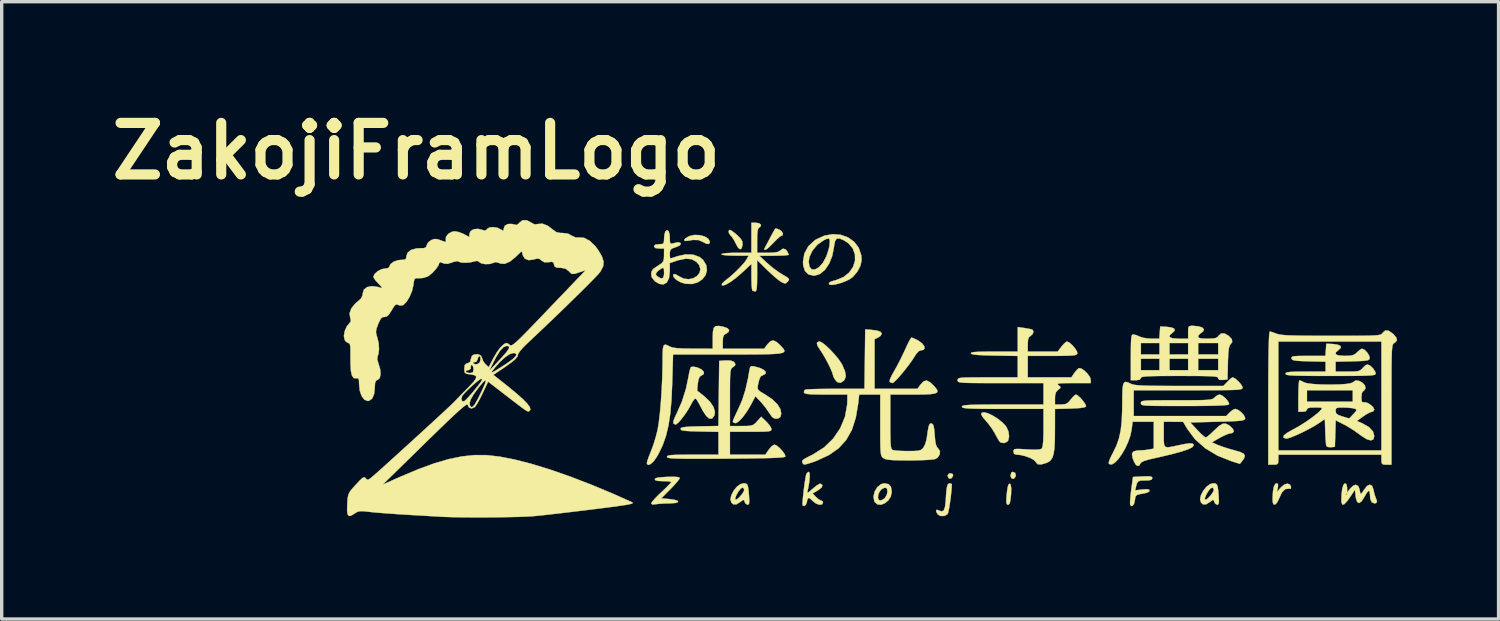
<source format=kicad_pcb>
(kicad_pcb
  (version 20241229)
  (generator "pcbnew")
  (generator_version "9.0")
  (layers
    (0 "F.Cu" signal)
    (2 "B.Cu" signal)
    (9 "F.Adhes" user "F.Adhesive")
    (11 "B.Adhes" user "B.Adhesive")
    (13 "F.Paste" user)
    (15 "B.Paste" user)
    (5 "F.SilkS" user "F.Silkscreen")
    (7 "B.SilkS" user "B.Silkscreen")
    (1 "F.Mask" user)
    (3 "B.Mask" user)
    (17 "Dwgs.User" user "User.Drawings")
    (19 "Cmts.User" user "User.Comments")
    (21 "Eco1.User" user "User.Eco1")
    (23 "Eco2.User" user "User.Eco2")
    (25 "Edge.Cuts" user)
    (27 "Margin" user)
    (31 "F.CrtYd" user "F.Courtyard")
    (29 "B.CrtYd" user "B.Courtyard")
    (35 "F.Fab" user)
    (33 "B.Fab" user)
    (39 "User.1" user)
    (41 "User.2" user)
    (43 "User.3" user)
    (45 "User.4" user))
  (footprint "ZakojiFramLogo"
    (layer "F.Cu")
    (at 23.23 7.768)
    (property "Reference" "ZakojiFramLogo" (at -13.97 -6.35 0) (layer "F.SilkS") (effects (font (size 1.524 1.524) (thickness 0.3))))
    (attr through_hole)
    (fp_poly (pts (xy 1.891 3.199) (xy 1.898 3.246) (xy 1.857 3.317) (xy 1.795 3.335) (xy 1.765 3.317) (xy 1.735 3.244) (xy 1.773 3.187) (xy 1.823 3.175) (xy 1.891 3.199)) (stroke (width 0.01) (type solid)) (fill yes) (layer "F.SilkS"))
    (fp_poly (pts (xy 3.736 3.164) (xy 3.752 3.244) (xy 3.742 3.277) (xy 3.691 3.339) (xy 3.634 3.332) (xy 3.6 3.263) (xy 3.598 3.239) (xy 3.62 3.155) (xy 3.659 3.133) (xy 3.736 3.164)) (stroke (width 0.01) (type solid)) (fill yes) (layer "F.SilkS"))
    (fp_poly (pts (xy 3.604 3.519) (xy 3.617 3.626) (xy 3.613 3.791) (xy 3.61 3.821) (xy 3.592 3.982) (xy 3.567 4.073) (xy 3.532 4.105) (xy 3.523 4.106) (xy 3.489 4.092) (xy 3.474 4.037) (xy 3.475 3.924) (xy 3.481 3.836) (xy 3.497 3.687) (xy 3.517 3.569) (xy 3.534 3.514) (xy 3.576 3.479) (xy 3.604 3.519)) (stroke (width 0.01) (type solid)) (fill yes) (layer "F.SilkS"))
    (fp_poly (pts (xy -5.594 -3.866) (xy -5.45 -3.828) (xy -5.343 -3.762) (xy -5.293 -3.675) (xy -5.292 -3.659) (xy -5.32 -3.606) (xy -5.396 -3.611) (xy -5.491 -3.662) (xy -5.629 -3.721) (xy -5.804 -3.724) (xy -5.916 -3.704) (xy -6.02 -3.694) (xy -6.054 -3.719) (xy -6.022 -3.767) (xy -5.924 -3.826) (xy -5.899 -3.837) (xy -5.751 -3.872) (xy -5.594 -3.866)) (stroke (width 0.01) (type solid)) (fill yes) (layer "F.SilkS"))
    (fp_poly (pts (xy -4.646 -3.995) (xy -4.556 -3.927) (xy -4.485 -3.867) (xy -4.381 -3.762) (xy -4.333 -3.678) (xy -4.326 -3.589) (xy -4.326 -3.584) (xy -4.353 -3.476) (xy -4.4 -3.447) (xy -4.46 -3.498) (xy -4.52 -3.606) (xy -4.584 -3.73) (xy -4.649 -3.825) (xy -4.671 -3.847) (xy -4.726 -3.917) (xy -4.74 -3.985) (xy -4.708 -4.021) (xy -4.699 -4.022) (xy -4.646 -3.995)) (stroke (width 0.01) (type solid)) (fill yes) (layer "F.SilkS"))
    (fp_poly (pts (xy -3.315 -4.058) (xy -3.239 -4.029) (xy -3.169 -3.977) (xy -3.133 -3.912) (xy -3.141 -3.863) (xy -3.173 -3.852) (xy -3.221 -3.823) (xy -3.306 -3.748) (xy -3.411 -3.642) (xy -3.412 -3.641) (xy -3.545 -3.507) (xy -3.635 -3.437) (xy -3.679 -3.432) (xy -3.683 -3.449) (xy -3.665 -3.491) (xy -3.617 -3.584) (xy -3.552 -3.708) (xy -3.482 -3.84) (xy -3.418 -3.957) (xy -3.372 -4.039) (xy -3.358 -4.06) (xy -3.315 -4.058)) (stroke (width 0.01) (type solid)) (fill yes) (layer "F.SilkS"))
    (fp_poly (pts (xy 2.931 1.402) (xy 3.072 1.469) (xy 3.219 1.562) (xy 3.355 1.67) (xy 3.461 1.784) (xy 3.478 1.809) (xy 3.536 1.941) (xy 3.554 2.082) (xy 3.53 2.199) (xy 3.505 2.235) (xy 3.411 2.282) (xy 3.311 2.267) (xy 3.27 2.233) (xy 3.226 2.165) (xy 3.165 2.054) (xy 3.135 1.996) (xy 3.051 1.857) (xy 2.937 1.704) (xy 2.869 1.624) (xy 2.771 1.508) (xy 2.731 1.433) (xy 2.743 1.388) (xy 2.815 1.371) (xy 2.931 1.402)) (stroke (width 0.01) (type solid)) (fill yes) (layer "F.SilkS"))
    (fp_poly (pts (xy -1.974 -0.688) (xy -1.867 -0.605) (xy -1.74 -0.485) (xy -1.61 -0.346) (xy -1.491 -0.203) (xy -1.401 -0.072) (xy -1.377 -0.029) (xy -1.297 0.161) (xy -1.274 0.302) (xy -1.308 0.407) (xy -1.337 0.441) (xy -1.434 0.502) (xy -1.525 0.479) (xy -1.585 0.414) (xy -1.635 0.329) (xy -1.651 0.276) (xy -1.671 0.203) (xy -1.724 0.078) (xy -1.799 -0.075) (xy -1.884 -0.235) (xy -1.97 -0.379) (xy -2.027 -0.465) (xy -2.11 -0.597) (xy -2.13 -0.679) (xy -2.087 -0.716) (xy -2.048 -0.72) (xy -1.974 -0.688)) (stroke (width 0.01) (type solid)) (fill yes) (layer "F.SilkS"))
    (fp_poly (pts (xy 1.855 3.489) (xy 1.862 3.503) (xy 1.851 3.668) (xy 1.832 3.854) (xy 1.807 4.04) (xy 1.781 4.205) (xy 1.755 4.327) (xy 1.734 4.384) (xy 1.643 4.436) (xy 1.529 4.437) (xy 1.448 4.394) (xy 1.403 4.318) (xy 1.397 4.287) (xy 1.413 4.252) (xy 1.474 4.271) (xy 1.486 4.278) (xy 1.568 4.303) (xy 1.624 4.269) (xy 1.66 4.17) (xy 1.68 3.996) (xy 1.683 3.947) (xy 1.697 3.734) (xy 1.715 3.592) (xy 1.74 3.51) (xy 1.776 3.475) (xy 1.8 3.471) (xy 1.855 3.489)) (stroke (width 0.01) (type solid)) (fill yes) (layer "F.SilkS"))
    (fp_poly (pts (xy 11.504 3.492) (xy 11.505 3.568) (xy 11.499 3.601) (xy 11.473 3.731) (xy 11.584 3.599) (xy 11.687 3.51) (xy 11.785 3.48) (xy 11.86 3.511) (xy 11.889 3.573) (xy 11.884 3.631) (xy 11.824 3.632) (xy 11.818 3.63) (xy 11.716 3.644) (xy 11.622 3.739) (xy 11.54 3.911) (xy 11.536 3.924) (xy 11.485 4.029) (xy 11.428 4.093) (xy 11.413 4.099) (xy 11.37 4.09) (xy 11.35 4.03) (xy 11.345 3.924) (xy 11.356 3.712) (xy 11.385 3.561) (xy 11.432 3.482) (xy 11.462 3.471) (xy 11.504 3.492)) (stroke (width 0.01) (type solid)) (fill yes) (layer "F.SilkS"))
    (fp_poly (pts (xy -0.007 3.497) (xy 0.063 3.579) (xy 0.085 3.726) (xy 0.056 3.863) (xy -0.018 3.978) (xy -0.119 4.061) (xy -0.231 4.104) (xy -0.336 4.095) (xy -0.417 4.027) (xy -0.43 4.004) (xy -0.446 3.912) (xy -0.322 3.912) (xy -0.288 3.969) (xy -0.248 3.979) (xy -0.179 3.953) (xy -0.12 3.909) (xy -0.062 3.816) (xy -0.042 3.716) (xy -0.053 3.629) (xy -0.097 3.603) (xy -0.137 3.606) (xy -0.218 3.646) (xy -0.281 3.726) (xy -0.318 3.823) (xy -0.322 3.912) (xy -0.446 3.912) (xy -0.454 3.865) (xy -0.421 3.719) (xy -0.344 3.588) (xy -0.236 3.498) (xy -0.132 3.471) (xy -0.007 3.497)) (stroke (width 0.01) (type solid)) (fill yes) (layer "F.SilkS"))
    (fp_poly (pts (xy 0.719 -0.822) (xy 0.817 -0.777) (xy 0.868 -0.75) (xy 0.981 -0.667) (xy 1.045 -0.582) (xy 1.056 -0.512) (xy 1.007 -0.47) (xy 0.966 -0.465) (xy 0.878 -0.434) (xy 0.794 -0.334) (xy 0.773 -0.299) (xy 0.693 -0.174) (xy 0.587 -0.026) (xy 0.467 0.128) (xy 0.346 0.274) (xy 0.236 0.397) (xy 0.151 0.479) (xy 0.105 0.508) (xy 0.034 0.48) (xy 0.021 0.465) (xy 0.028 0.41) (xy 0.073 0.307) (xy 0.145 0.175) (xy 0.151 0.165) (xy 0.243 0.001) (xy 0.348 -0.203) (xy 0.447 -0.409) (xy 0.47 -0.459) (xy 0.543 -0.618) (xy 0.607 -0.745) (xy 0.652 -0.821) (xy 0.665 -0.835) (xy 0.719 -0.822)) (stroke (width 0.01) (type solid)) (fill yes) (layer "F.SilkS"))
    (fp_poly (pts (xy 7.745 3.27) (xy 7.783 3.292) (xy 7.789 3.319) (xy 7.77 3.361) (xy 7.699 3.382) (xy 7.58 3.387) (xy 7.447 3.39) (xy 7.374 3.412) (xy 7.335 3.468) (xy 7.308 3.565) (xy 7.281 3.679) (xy 7.493 3.654) (xy 7.632 3.645) (xy 7.697 3.661) (xy 7.705 3.678) (xy 7.693 3.716) (xy 7.646 3.744) (xy 7.545 3.769) (xy 7.443 3.787) (xy 7.338 3.812) (xy 7.291 3.861) (xy 7.274 3.962) (xy 7.273 3.967) (xy 7.249 4.073) (xy 7.207 4.136) (xy 7.162 4.141) (xy 7.134 4.099) (xy 7.131 4.034) (xy 7.139 3.908) (xy 7.156 3.743) (xy 7.166 3.663) (xy 7.218 3.284) (xy 7.504 3.268) (xy 7.658 3.263) (xy 7.745 3.27)) (stroke (width 0.01) (type solid)) (fill yes) (layer "F.SilkS"))
    (fp_poly (pts (xy -6.234 3.287) (xy -6.184 3.308) (xy -6.182 3.317) (xy -6.211 3.367) (xy -6.287 3.459) (xy -6.396 3.579) (xy -6.457 3.641) (xy -6.73 3.916) (xy -6.49 3.937) (xy -6.324 3.962) (xy -6.239 3.994) (xy -6.235 4.027) (xy -6.313 4.053) (xy -6.473 4.064) (xy -6.489 4.064) (xy -6.657 4.068) (xy -6.81 4.079) (xy -6.895 4.09) (xy -6.995 4.098) (xy -7.027 4.065) (xy -7.027 4.065) (xy -6.998 4.015) (xy -6.919 3.924) (xy -6.805 3.808) (xy -6.731 3.738) (xy -6.603 3.617) (xy -6.503 3.516) (xy -6.444 3.451) (xy -6.435 3.435) (xy -6.473 3.419) (xy -6.572 3.409) (xy -6.678 3.407) (xy -6.828 3.401) (xy -6.905 3.38) (xy -6.921 3.351) (xy -6.896 3.321) (xy -6.814 3.3) (xy -6.664 3.287) (xy -6.551 3.281) (xy -6.354 3.278) (xy -6.234 3.287)) (stroke (width 0.01) (type solid)) (fill yes) (layer "F.SilkS"))
    (fp_poly (pts (xy -4.233 3.476) (xy -4.191 3.503) (xy -4.166 3.567) (xy -4.148 3.684) (xy -4.135 3.842) (xy -4.127 3.99) (xy -4.134 4.071) (xy -4.159 4.103) (xy -4.178 4.106) (xy -4.239 4.071) (xy -4.263 4.022) (xy -4.282 3.967) (xy -4.313 3.965) (xy -4.382 4.015) (xy -4.392 4.022) (xy -4.507 4.093) (xy -4.594 4.094) (xy -4.655 4.044) (xy -4.684 3.95) (xy -4.674 3.901) (xy -4.541 3.901) (xy -4.54 3.955) (xy -4.54 3.955) (xy -4.497 3.947) (xy -4.428 3.891) (xy -4.355 3.808) (xy -4.297 3.723) (xy -4.276 3.661) (xy -4.306 3.605) (xy -4.331 3.598) (xy -4.383 3.631) (xy -4.446 3.711) (xy -4.504 3.811) (xy -4.541 3.901) (xy -4.674 3.901) (xy -4.659 3.826) (xy -4.592 3.694) (xy -4.498 3.577) (xy -4.39 3.496) (xy -4.298 3.471) (xy -4.233 3.476)) (stroke (width 0.01) (type solid)) (fill yes) (layer "F.SilkS"))
    (fp_poly (pts (xy 9.652 3.476) (xy 9.694 3.503) (xy 9.72 3.567) (xy 9.737 3.684) (xy 9.75 3.842) (xy 9.758 3.99) (xy 9.751 4.071) (xy 9.726 4.103) (xy 9.708 4.106) (xy 9.647 4.071) (xy 9.622 4.022) (xy 9.603 3.967) (xy 9.572 3.965) (xy 9.503 4.015) (xy 9.493 4.022) (xy 9.378 4.093) (xy 9.291 4.094) (xy 9.23 4.044) (xy 9.201 3.95) (xy 9.211 3.901) (xy 9.344 3.901) (xy 9.345 3.955) (xy 9.345 3.955) (xy 9.389 3.947) (xy 9.457 3.891) (xy 9.531 3.808) (xy 9.588 3.723) (xy 9.61 3.661) (xy 9.58 3.605) (xy 9.554 3.598) (xy 9.502 3.631) (xy 9.439 3.711) (xy 9.381 3.811) (xy 9.344 3.901) (xy 9.211 3.901) (xy 9.226 3.826) (xy 9.293 3.694) (xy 9.387 3.577) (xy 9.495 3.496) (xy 9.588 3.471) (xy 9.652 3.476)) (stroke (width 0.01) (type solid)) (fill yes) (layer "F.SilkS"))
    (fp_poly (pts (xy 9.85 0.874) (xy 9.936 0.942) (xy 10.012 1.026) (xy 10.056 1.103) (xy 10.056 1.14) (xy 10.009 1.154) (xy 9.886 1.166) (xy 9.685 1.175) (xy 9.404 1.181) (xy 9.042 1.185) (xy 8.739 1.185) (xy 8.376 1.185) (xy 8.088 1.184) (xy 7.867 1.182) (xy 7.704 1.178) (xy 7.59 1.172) (xy 7.517 1.162) (xy 7.475 1.149) (xy 7.456 1.132) (xy 7.451 1.11) (xy 7.451 1.101) (xy 7.453 1.075) (xy 7.469 1.054) (xy 7.506 1.039) (xy 7.574 1.029) (xy 7.685 1.022) (xy 7.847 1.018) (xy 8.069 1.017) (xy 8.363 1.016) (xy 8.502 1.016) (xy 8.829 1.016) (xy 9.081 1.014) (xy 9.269 1.011) (xy 9.405 1.004) (xy 9.497 0.995) (xy 9.558 0.981) (xy 9.598 0.961) (xy 9.626 0.936) (xy 9.631 0.931) (xy 9.713 0.867) (xy 9.778 0.847) (xy 9.85 0.874)) (stroke (width 0.01) (type solid)) (fill yes) (layer "F.SilkS"))
    (fp_poly (pts (xy -2.344 3.171) (xy -2.34 3.272) (xy -2.352 3.417) (xy -2.38 3.587) (xy -2.401 3.683) (xy -2.411 3.738) (xy -2.395 3.748) (xy -2.341 3.71) (xy -2.248 3.628) (xy -2.142 3.542) (xy -2.057 3.49) (xy -2.021 3.482) (xy -1.964 3.526) (xy -1.985 3.591) (xy -2.082 3.669) (xy -2.099 3.68) (xy -2.255 3.771) (xy -2.157 3.875) (xy -2.075 3.947) (xy -2.007 3.979) (xy -2.003 3.979) (xy -1.954 4.013) (xy -1.947 4.043) (xy -1.978 4.096) (xy -2.054 4.104) (xy -2.151 4.071) (xy -2.244 4.001) (xy -2.244 4) (xy -2.333 3.917) (xy -2.386 3.905) (xy -2.414 3.963) (xy -2.421 4.008) (xy -2.45 4.097) (xy -2.498 4.143) (xy -2.545 4.129) (xy -2.551 4.119) (xy -2.554 4.066) (xy -2.546 3.951) (xy -2.53 3.795) (xy -2.51 3.622) (xy -2.487 3.452) (xy -2.464 3.308) (xy -2.445 3.212) (xy -2.439 3.193) (xy -2.39 3.139) (xy -2.367 3.133) (xy -2.344 3.171)) (stroke (width 0.01) (type solid)) (fill yes) (layer "F.SilkS"))
    (fp_poly (pts (xy -5.685 0.041) (xy -5.649 0.052) (xy -5.534 0.108) (xy -5.472 0.176) (xy -5.47 0.239) (xy -5.537 0.282) (xy -5.593 0.319) (xy -5.629 0.406) (xy -5.649 0.517) (xy -5.662 0.639) (xy -5.667 0.719) (xy -5.664 0.737) (xy -5.627 0.765) (xy -5.543 0.83) (xy -5.456 0.899) (xy -5.289 1.059) (xy -5.182 1.219) (xy -5.142 1.369) (xy -5.161 1.469) (xy -5.227 1.555) (xy -5.307 1.559) (xy -5.399 1.482) (xy -5.503 1.324) (xy -5.528 1.276) (xy -5.602 1.136) (xy -5.665 1.026) (xy -5.704 0.967) (xy -5.705 0.966) (xy -5.746 0.977) (xy -5.807 1.061) (xy -5.856 1.153) (xy -5.933 1.29) (xy -6.029 1.435) (xy -6.13 1.569) (xy -6.222 1.674) (xy -6.291 1.73) (xy -6.308 1.736) (xy -6.362 1.705) (xy -6.373 1.69) (xy -6.369 1.632) (xy -6.331 1.525) (xy -6.273 1.405) (xy -6.121 1.061) (xy -5.999 0.676) (xy -5.929 0.342) (xy -5.902 0.196) (xy -5.873 0.084) (xy -5.85 0.034) (xy -5.79 0.023) (xy -5.685 0.041)) (stroke (width 0.01) (type solid)) (fill yes) (layer "F.SilkS"))
    (fp_poly (pts (xy -4.001 0.011) (xy -3.987 0.013) (xy -3.817 0.06) (xy -3.699 0.118) (xy -3.641 0.178) (xy -3.65 0.234) (xy -3.723 0.274) (xy -3.777 0.301) (xy -3.814 0.352) (xy -3.845 0.449) (xy -3.873 0.577) (xy -3.882 0.653) (xy -3.863 0.708) (xy -3.8 0.762) (xy -3.677 0.834) (xy -3.672 0.837) (xy -3.456 0.981) (xy -3.297 1.134) (xy -3.204 1.285) (xy -3.183 1.412) (xy -3.206 1.509) (xy -3.266 1.551) (xy -3.31 1.558) (xy -3.388 1.554) (xy -3.454 1.508) (xy -3.529 1.403) (xy -3.538 1.389) (xy -3.641 1.24) (xy -3.763 1.09) (xy -3.798 1.052) (xy -3.946 0.897) (xy -4.066 1.125) (xy -4.18 1.322) (xy -4.299 1.49) (xy -4.41 1.615) (xy -4.502 1.684) (xy -4.537 1.693) (xy -4.602 1.672) (xy -4.614 1.646) (xy -4.596 1.588) (xy -4.548 1.476) (xy -4.479 1.329) (xy -4.448 1.266) (xy -4.334 1.004) (xy -4.241 0.709) (xy -4.163 0.361) (xy -4.127 0.154) (xy -4.105 0.049) (xy -4.069 0.008) (xy -4.001 0.011)) (stroke (width 0.01) (type solid)) (fill yes) (layer "F.SilkS"))
    (fp_poly (pts (xy 13.527 3.497) (xy 13.548 3.595) (xy 13.548 3.609) (xy 13.549 3.747) (xy 13.636 3.63) (xy 13.718 3.55) (xy 13.798 3.514) (xy 13.803 3.514) (xy 13.877 3.552) (xy 13.909 3.63) (xy 13.931 3.729) (xy 13.944 3.785) (xy 13.968 3.777) (xy 14.018 3.711) (xy 14.045 3.669) (xy 14.136 3.551) (xy 14.22 3.511) (xy 14.287 3.548) (xy 14.329 3.664) (xy 14.33 3.672) (xy 14.358 3.798) (xy 14.391 3.896) (xy 14.396 3.905) (xy 14.433 4.006) (xy 14.405 4.056) (xy 14.356 4.064) (xy 14.276 4.032) (xy 14.233 3.932) (xy 14.224 3.807) (xy 14.214 3.711) (xy 14.183 3.693) (xy 14.129 3.753) (xy 14.058 3.875) (xy 13.973 4.006) (xy 13.901 4.055) (xy 13.845 4.021) (xy 13.808 3.905) (xy 13.801 3.852) (xy 13.78 3.662) (xy 13.653 3.852) (xy 13.54 4.01) (xy 13.46 4.092) (xy 13.408 4.1) (xy 13.382 4.034) (xy 13.378 3.948) (xy 13.386 3.789) (xy 13.386 3.789) (xy 13.504 3.789) (xy 13.525 3.81) (xy 13.547 3.789) (xy 13.525 3.768) (xy 13.504 3.789) (xy 13.386 3.789) (xy 13.404 3.631) (xy 13.405 3.63) (xy 13.44 3.517) (xy 13.486 3.471) (xy 13.527 3.497)) (stroke (width 0.01) (type solid)) (fill yes) (layer "F.SilkS"))
    (fp_poly (pts (xy -1.42 -3.875) (xy -1.205 -3.798) (xy -1.024 -3.667) (xy -0.891 -3.49) (xy -0.816 -3.27) (xy -0.805 -3.135) (xy -0.84 -2.962) (xy -0.933 -2.784) (xy -1.067 -2.63) (xy -1.161 -2.561) (xy -1.285 -2.501) (xy -1.431 -2.449) (xy -1.574 -2.411) (xy -1.69 -2.394) (xy -1.754 -2.403) (xy -1.755 -2.405) (xy -1.775 -2.445) (xy -1.737 -2.481) (xy -1.631 -2.519) (xy -1.561 -2.537) (xy -1.341 -2.627) (xy -1.172 -2.762) (xy -1.058 -2.929) (xy -1 -3.113) (xy -1.003 -3.3) (xy -1.069 -3.477) (xy -1.2 -3.629) (xy -1.321 -3.709) (xy -1.453 -3.765) (xy -1.539 -3.764) (xy -1.59 -3.695) (xy -1.619 -3.553) (xy -1.623 -3.515) (xy -1.675 -3.251) (xy -1.766 -3.022) (xy -1.889 -2.841) (xy -2.035 -2.719) (xy -2.195 -2.668) (xy -2.218 -2.667) (xy -2.373 -2.702) (xy -2.479 -2.804) (xy -2.533 -2.97) (xy -2.539 -3.072) (xy -2.538 -3.08) (xy -2.371 -3.08) (xy -2.348 -2.931) (xy -2.283 -2.854) (xy -2.183 -2.852) (xy -2.063 -2.921) (xy -1.947 -3.052) (xy -1.847 -3.24) (xy -1.776 -3.458) (xy -1.755 -3.567) (xy -1.744 -3.7) (xy -1.766 -3.761) (xy -1.832 -3.759) (xy -1.918 -3.72) (xy -2.109 -3.587) (xy -2.257 -3.414) (xy -2.349 -3.223) (xy -2.371 -3.08) (xy -2.538 -3.08) (xy -2.499 -3.321) (xy -2.382 -3.536) (xy -2.192 -3.712) (xy -2.152 -3.738) (xy -1.906 -3.851) (xy -1.658 -3.895) (xy -1.42 -3.875)) (stroke (width 0.01) (type solid)) (fill yes) (layer "F.SilkS"))
    (fp_poly (pts (xy 14.777 -1.04) (xy 14.901 -0.953) (xy 14.91 -0.945) (xy 15.003 -0.836) (xy 15.021 -0.754) (xy 14.965 -0.69) (xy 14.944 -0.677) (xy 14.923 -0.664) (xy 14.906 -0.643) (xy 14.892 -0.606) (xy 14.882 -0.546) (xy 14.873 -0.455) (xy 14.867 -0.326) (xy 14.863 -0.15) (xy 14.861 0.08) (xy 14.86 0.372) (xy 14.859 0.734) (xy 14.859 1.144) (xy 14.859 2.921) (xy 14.711 2.921) (xy 14.612 2.914) (xy 14.571 2.877) (xy 14.563 2.784) (xy 14.563 2.773) (xy 14.563 2.625) (xy 11.515 2.625) (xy 11.515 2.773) (xy 11.508 2.872) (xy 11.471 2.913) (xy 11.378 2.921) (xy 11.367 2.921) (xy 11.218 2.921) (xy 11.218 0.953) (xy 11.219 0.423) (xy 11.222 -0.023) (xy 11.226 -0.385) (xy 11.233 -0.665) (xy 11.235 -0.72) (xy 11.515 -0.72) (xy 11.515 2.498) (xy 14.563 2.498) (xy 14.563 -0.72) (xy 11.515 -0.72) (xy 11.235 -0.72) (xy 11.241 -0.863) (xy 11.251 -0.98) (xy 11.262 -1.016) (xy 11.327 -1.001) (xy 11.432 -0.963) (xy 11.458 -0.953) (xy 11.513 -0.935) (xy 11.592 -0.921) (xy 11.702 -0.91) (xy 11.854 -0.901) (xy 12.054 -0.896) (xy 12.313 -0.892) (xy 12.638 -0.89) (xy 13.039 -0.889) (xy 13.076 -0.889) (xy 13.467 -0.889) (xy 13.782 -0.89) (xy 14.03 -0.892) (xy 14.219 -0.895) (xy 14.357 -0.901) (xy 14.454 -0.909) (xy 14.518 -0.92) (xy 14.557 -0.935) (xy 14.581 -0.954) (xy 14.595 -0.974) (xy 14.676 -1.047) (xy 14.777 -1.04)) (stroke (width 0.01) (type solid)) (fill yes) (layer "F.SilkS"))
    (fp_poly (pts (xy -4.898 -1.159) (xy -4.773 -1.115) (xy -4.722 -1.057) (xy -4.747 -0.995) (xy -4.815 -0.953) (xy -4.875 -0.912) (xy -4.903 -0.842) (xy -4.911 -0.714) (xy -4.911 -0.71) (xy -4.911 -0.508) (xy -3.686 -0.508) (xy -3.592 -0.635) (xy -3.502 -0.73) (xy -3.414 -0.753) (xy -3.314 -0.703) (xy -3.22 -0.617) (xy -3.156 -0.549) (xy -3.109 -0.494) (xy -3.088 -0.449) (xy -3.097 -0.414) (xy -3.144 -0.387) (xy -3.234 -0.367) (xy -3.375 -0.354) (xy -3.572 -0.346) (xy -3.832 -0.341) (xy -4.162 -0.339) (xy -4.567 -0.339) (xy -4.755 -0.339) (xy -6.381 -0.339) (xy -6.406 0.519) (xy -6.427 1.001) (xy -6.463 1.413) (xy -6.517 1.765) (xy -6.591 2.072) (xy -6.687 2.345) (xy -6.809 2.597) (xy -6.868 2.699) (xy -6.956 2.821) (xy -7.041 2.9) (xy -7.11 2.929) (xy -7.15 2.901) (xy -7.154 2.867) (xy -7.139 2.804) (xy -7.098 2.687) (xy -7.04 2.54) (xy -7.031 2.518) (xy -6.958 2.32) (xy -6.888 2.09) (xy -6.837 1.884) (xy -6.801 1.665) (xy -6.768 1.381) (xy -6.739 1.048) (xy -6.716 0.687) (xy -6.699 0.314) (xy -6.691 -0.05) (xy -6.69 -0.159) (xy -6.688 -0.377) (xy -6.679 -0.522) (xy -6.657 -0.602) (xy -6.619 -0.63) (xy -6.557 -0.614) (xy -6.477 -0.572) (xy -6.4 -0.544) (xy -6.273 -0.525) (xy -6.085 -0.514) (xy -5.825 -0.51) (xy -5.789 -0.51) (xy -5.207 -0.508) (xy -5.207 -0.827) (xy -5.202 -1.01) (xy -5.179 -1.122) (xy -5.125 -1.175) (xy -5.03 -1.182) (xy -4.898 -1.159)) (stroke (width 0.01) (type solid)) (fill yes) (layer "F.SilkS"))
    (fp_poly (pts (xy -3.834 -4.216) (xy -3.782 -4.174) (xy -3.795 -4.121) (xy -3.825 -4.099) (xy -3.861 -4.062) (xy -3.882 -3.99) (xy -3.892 -3.865) (xy -3.895 -3.702) (xy -3.895 -3.344) (xy -3.582 -3.344) (xy -3.395 -3.351) (xy -3.278 -3.371) (xy -3.217 -3.408) (xy -3.131 -3.466) (xy -3.049 -3.443) (xy -3.007 -3.389) (xy -2.972 -3.314) (xy -2.963 -3.284) (xy -3.003 -3.274) (xy -3.109 -3.265) (xy -3.265 -3.26) (xy -3.397 -3.258) (xy -3.831 -3.256) (xy -3.602 -3.043) (xy -3.448 -2.912) (xy -3.276 -2.784) (xy -3.145 -2.701) (xy -3.022 -2.629) (xy -2.962 -2.581) (xy -2.952 -2.544) (xy -2.983 -2.5) (xy -2.988 -2.494) (xy -3.042 -2.444) (xy -3.093 -2.44) (xy -3.179 -2.482) (xy -3.189 -2.488) (xy -3.278 -2.55) (xy -3.403 -2.655) (xy -3.544 -2.785) (xy -3.607 -2.845) (xy -3.895 -3.13) (xy -3.895 -2.666) (xy -3.897 -2.452) (xy -3.905 -2.311) (xy -3.92 -2.232) (xy -3.944 -2.202) (xy -3.951 -2.201) (xy -4.023 -2.22) (xy -4.036 -2.23) (xy -4.048 -2.282) (xy -4.058 -2.398) (xy -4.063 -2.557) (xy -4.064 -2.637) (xy -4.064 -3.015) (xy -4.33 -2.767) (xy -4.509 -2.611) (xy -4.672 -2.489) (xy -4.807 -2.409) (xy -4.903 -2.377) (xy -4.941 -2.388) (xy -4.932 -2.432) (xy -4.869 -2.497) (xy -4.849 -2.513) (xy -4.697 -2.633) (xy -4.537 -2.777) (xy -4.389 -2.925) (xy -4.272 -3.056) (xy -4.22 -3.129) (xy -4.144 -3.26) (xy -4.548 -3.26) (xy -4.739 -3.264) (xy -4.876 -3.276) (xy -4.946 -3.293) (xy -4.953 -3.302) (xy -4.913 -3.321) (xy -4.799 -3.335) (xy -4.624 -3.343) (xy -4.508 -3.344) (xy -4.064 -3.344) (xy -4.064 -4.233) (xy -3.939 -4.233) (xy -3.834 -4.216)) (stroke (width 0.01) (type solid)) (fill yes) (layer "F.SilkS"))
    (fp_poly (pts (xy 13.119 -0.648) (xy 13.272 -0.627) (xy 13.354 -0.588) (xy 13.36 -0.532) (xy 13.303 -0.478) (xy 13.216 -0.401) (xy 13.211 -0.345) (xy 13.287 -0.31) (xy 13.445 -0.297) (xy 13.476 -0.296) (xy 13.632 -0.301) (xy 13.731 -0.321) (xy 13.803 -0.364) (xy 13.843 -0.402) (xy 13.924 -0.474) (xy 13.987 -0.508) (xy 13.991 -0.508) (xy 14.065 -0.474) (xy 14.145 -0.393) (xy 14.203 -0.297) (xy 14.217 -0.226) (xy 14.202 -0.192) (xy 14.164 -0.169) (xy 14.088 -0.154) (xy 13.96 -0.144) (xy 13.765 -0.138) (xy 13.705 -0.136) (xy 13.208 -0.124) (xy 13.208 0.169) (xy 13.565 0.169) (xy 13.742 0.167) (xy 13.855 0.158) (xy 13.926 0.136) (xy 13.977 0.097) (xy 14.005 0.064) (xy 14.081 -0.011) (xy 14.148 -0.042) (xy 14.149 -0.042) (xy 14.227 -0.009) (xy 14.312 0.07) (xy 14.376 0.165) (xy 14.393 0.225) (xy 14.388 0.245) (xy 14.365 0.261) (xy 14.317 0.273) (xy 14.234 0.282) (xy 14.109 0.288) (xy 13.932 0.293) (xy 13.695 0.295) (xy 13.39 0.296) (xy 13.06 0.296) (xy 12.684 0.296) (xy 12.385 0.294) (xy 12.154 0.291) (xy 11.983 0.286) (xy 11.863 0.279) (xy 11.786 0.269) (xy 11.743 0.256) (xy 11.727 0.239) (xy 11.726 0.233) (xy 11.738 0.207) (xy 11.782 0.189) (xy 11.869 0.178) (xy 12.013 0.172) (xy 12.225 0.169) (xy 12.319 0.169) (xy 12.912 0.169) (xy 12.912 -0.124) (xy 12.415 -0.136) (xy 12.2 -0.143) (xy 12.056 -0.152) (xy 11.968 -0.166) (xy 11.923 -0.187) (xy 11.905 -0.218) (xy 11.904 -0.222) (xy 11.905 -0.254) (xy 11.931 -0.275) (xy 11.996 -0.287) (xy 12.113 -0.294) (xy 12.296 -0.296) (xy 12.398 -0.296) (xy 12.907 -0.296) (xy 12.92 -0.476) (xy 12.933 -0.656) (xy 13.119 -0.648)) (stroke (width 0.01) (type solid)) (fill yes) (layer "F.SilkS"))
    (fp_poly (pts (xy -4.677 -0.158) (xy -4.59 -0.123) (xy -4.569 -0.102) (xy -4.535 -0.043) (xy -4.564 0.003) (xy -4.604 0.032) (xy -4.637 0.056) (xy -4.661 0.088) (xy -4.677 0.138) (xy -4.688 0.22) (xy -4.695 0.344) (xy -4.698 0.522) (xy -4.699 0.767) (xy -4.699 0.936) (xy -4.699 1.778) (xy -4.36 1.778) (xy -4.189 1.776) (xy -4.079 1.766) (xy -4.006 1.741) (xy -3.946 1.693) (xy -3.897 1.64) (xy -3.774 1.503) (xy -3.622 1.649) (xy -3.534 1.749) (xy -3.479 1.838) (xy -3.471 1.871) (xy -3.478 1.901) (xy -3.505 1.922) (xy -3.566 1.935) (xy -3.673 1.943) (xy -3.839 1.946) (xy -4.077 1.947) (xy -4.085 1.947) (xy -4.699 1.947) (xy -4.699 2.625) (xy -3.652 2.625) (xy -3.551 2.477) (xy -3.473 2.384) (xy -3.399 2.333) (xy -3.38 2.329) (xy -3.313 2.358) (xy -3.225 2.432) (xy -3.139 2.527) (xy -3.077 2.617) (xy -3.06 2.681) (xy -3.06 2.682) (xy -3.09 2.695) (xy -3.174 2.706) (xy -3.317 2.716) (xy -3.522 2.724) (xy -3.796 2.73) (xy -4.143 2.736) (xy -4.567 2.74) (xy -4.819 2.742) (xy -5.253 2.744) (xy -5.609 2.745) (xy -5.896 2.745) (xy -6.12 2.743) (xy -6.289 2.739) (xy -6.41 2.733) (xy -6.49 2.725) (xy -6.537 2.714) (xy -6.558 2.7) (xy -6.562 2.689) (xy -6.551 2.666) (xy -6.513 2.649) (xy -6.435 2.637) (xy -6.307 2.63) (xy -6.119 2.626) (xy -5.859 2.625) (xy -5.8 2.625) (xy -5.038 2.625) (xy -5.038 1.95) (xy -5.599 1.938) (xy -5.831 1.932) (xy -5.991 1.923) (xy -6.091 1.91) (xy -6.143 1.892) (xy -6.159 1.866) (xy -6.16 1.863) (xy -6.146 1.836) (xy -6.099 1.817) (xy -6.005 1.804) (xy -5.853 1.795) (xy -5.629 1.788) (xy -5.599 1.787) (xy -5.039 1.776) (xy -5.016 -0.148) (xy -4.822 -0.161) (xy -4.677 -0.158)) (stroke (width 0.01) (type solid)) (fill yes) (layer "F.SilkS"))
    (fp_poly (pts (xy -6.513 -3.984) (xy -6.484 -3.889) (xy -6.477 -3.783) (xy -6.474 -3.668) (xy -6.456 -3.617) (xy -6.413 -3.614) (xy -6.382 -3.623) (xy -6.247 -3.655) (xy -6.172 -3.642) (xy -6.151 -3.611) (xy -6.176 -3.568) (xy -6.265 -3.523) (xy -6.305 -3.509) (xy -6.414 -3.47) (xy -6.464 -3.422) (xy -6.477 -3.339) (xy -6.477 -3.316) (xy -6.473 -3.221) (xy -6.465 -3.176) (xy -6.463 -3.175) (xy -6.419 -3.187) (xy -6.321 -3.219) (xy -6.248 -3.244) (xy -6.005 -3.297) (xy -5.782 -3.288) (xy -5.596 -3.219) (xy -5.495 -3.137) (xy -5.4 -2.982) (xy -5.379 -2.828) (xy -5.42 -2.683) (xy -5.514 -2.561) (xy -5.651 -2.47) (xy -5.819 -2.422) (xy -6.008 -2.427) (xy -6.15 -2.47) (xy -6.279 -2.541) (xy -6.36 -2.621) (xy -6.379 -2.693) (xy -6.373 -2.707) (xy -6.322 -2.715) (xy -6.229 -2.665) (xy -6.219 -2.657) (xy -6.069 -2.581) (xy -5.92 -2.563) (xy -5.783 -2.592) (xy -5.672 -2.658) (xy -5.597 -2.752) (xy -5.573 -2.864) (xy -5.61 -2.984) (xy -5.691 -3.077) (xy -5.83 -3.155) (xy -6.004 -3.17) (xy -6.224 -3.125) (xy -6.279 -3.108) (xy -6.477 -3.04) (xy -6.477 -2.793) (xy -6.5 -2.597) (xy -6.564 -2.467) (xy -6.663 -2.409) (xy -6.791 -2.426) (xy -6.916 -2.501) (xy -7.009 -2.617) (xy -7.026 -2.709) (xy -6.894 -2.709) (xy -6.861 -2.66) (xy -6.838 -2.641) (xy -6.736 -2.586) (xy -6.675 -2.602) (xy -6.648 -2.695) (xy -6.646 -2.753) (xy -6.651 -2.86) (xy -6.67 -2.899) (xy -6.715 -2.887) (xy -6.724 -2.882) (xy -6.818 -2.814) (xy -6.86 -2.771) (xy -6.894 -2.709) (xy -7.026 -2.709) (xy -7.027 -2.714) (xy -7.014 -2.8) (xy -6.96 -2.87) (xy -6.848 -2.948) (xy -6.838 -2.954) (xy -6.727 -3.027) (xy -6.671 -3.09) (xy -6.651 -3.175) (xy -6.648 -3.27) (xy -6.646 -3.471) (xy -6.795 -3.471) (xy -6.904 -3.485) (xy -6.942 -3.529) (xy -6.943 -3.535) (xy -6.911 -3.582) (xy -6.808 -3.598) (xy -6.795 -3.598) (xy -6.697 -3.604) (xy -6.656 -3.638) (xy -6.646 -3.726) (xy -6.646 -3.757) (xy -6.636 -3.878) (xy -6.612 -3.966) (xy -6.608 -3.974) (xy -6.557 -4.016) (xy -6.513 -3.984)) (stroke (width 0.01) (type solid)) (fill yes) (layer "F.SilkS"))
    (fp_poly (pts (xy 12.196 0.445) (xy 12.277 0.487) (xy 12.365 0.513) (xy 12.514 0.533) (xy 12.705 0.547) (xy 12.919 0.553) (xy 13.14 0.553) (xy 13.348 0.547) (xy 13.525 0.533) (xy 13.654 0.513) (xy 13.716 0.487) (xy 13.8 0.43) (xy 13.907 0.445) (xy 13.993 0.492) (xy 14.072 0.573) (xy 14.094 0.658) (xy 14.055 0.724) (xy 14.034 0.735) (xy 13.985 0.798) (xy 13.97 0.926) (xy 13.976 1.033) (xy 14.001 1.075) (xy 14.046 1.073) (xy 14.13 1.085) (xy 14.231 1.142) (xy 14.315 1.219) (xy 14.351 1.293) (xy 14.351 1.294) (xy 14.317 1.347) (xy 14.284 1.355) (xy 14.214 1.378) (xy 14.105 1.438) (xy 14.026 1.491) (xy 13.836 1.628) (xy 13.998 1.698) (xy 14.195 1.81) (xy 14.314 1.94) (xy 14.351 2.076) (xy 14.325 2.172) (xy 14.251 2.203) (xy 14.131 2.168) (xy 13.971 2.068) (xy 13.918 2.028) (xy 13.753 1.91) (xy 13.565 1.792) (xy 13.455 1.732) (xy 13.211 1.609) (xy 13.199 2) (xy 13.187 2.392) (xy 13.07 2.405) (xy 12.974 2.397) (xy 12.933 2.363) (xy 12.923 2.297) (xy 12.913 2.17) (xy 12.904 2.005) (xy 12.902 1.938) (xy 12.89 1.57) (xy 12.7 1.701) (xy 12.561 1.788) (xy 12.39 1.881) (xy 12.208 1.973) (xy 12.032 2.054) (xy 11.881 2.115) (xy 11.774 2.148) (xy 11.739 2.151) (xy 11.665 2.118) (xy 11.672 2.063) (xy 11.76 1.988) (xy 11.928 1.892) (xy 11.94 1.886) (xy 12.128 1.782) (xy 12.328 1.655) (xy 12.518 1.522) (xy 12.676 1.398) (xy 12.745 1.331) (xy 13.208 1.331) (xy 13.221 1.398) (xy 13.275 1.446) (xy 13.389 1.489) (xy 13.409 1.495) (xy 13.61 1.556) (xy 13.733 1.426) (xy 13.807 1.344) (xy 13.826 1.3) (xy 13.795 1.273) (xy 13.775 1.265) (xy 13.689 1.247) (xy 13.554 1.234) (xy 13.451 1.231) (xy 13.314 1.231) (xy 13.242 1.244) (xy 13.213 1.276) (xy 13.208 1.331) (xy 12.745 1.331) (xy 12.78 1.297) (xy 12.781 1.295) (xy 12.804 1.257) (xy 12.783 1.237) (xy 12.702 1.229) (xy 12.599 1.228) (xy 12.457 1.233) (xy 12.383 1.252) (xy 12.361 1.29) (xy 12.361 1.291) (xy 12.323 1.342) (xy 12.234 1.355) (xy 12.107 1.355) (xy 12.107 0.889) (xy 12.11 0.72) (xy 12.361 0.72) (xy 12.361 1.058) (xy 13.716 1.058) (xy 13.716 0.72) (xy 12.361 0.72) (xy 12.11 0.72) (xy 12.11 0.702) (xy 12.117 0.551) (xy 12.128 0.453) (xy 12.139 0.425) (xy 12.196 0.445)) (stroke (width 0.01) (type solid)) (fill yes) (layer "F.SilkS"))
    (fp_poly (pts (xy 9.153 -1.17) (xy 9.266 -1.134) (xy 9.315 -1.081) (xy 9.292 -1.019) (xy 9.229 -0.974) (xy 9.161 -0.913) (xy 9.144 -0.866) (xy 9.164 -0.831) (xy 9.233 -0.812) (xy 9.367 -0.805) (xy 9.419 -0.804) (xy 9.575 -0.809) (xy 9.67 -0.826) (xy 9.726 -0.861) (xy 9.746 -0.889) (xy 9.827 -0.962) (xy 9.93 -0.957) (xy 10.048 -0.886) (xy 10.14 -0.789) (xy 10.151 -0.703) (xy 10.098 -0.636) (xy 10.068 -0.588) (xy 10.047 -0.494) (xy 10.033 -0.341) (xy 10.024 -0.116) (xy 10.024 -0.091) (xy 10.012 0.402) (xy 9.874 0.415) (xy 9.775 0.414) (xy 9.738 0.377) (xy 9.737 0.363) (xy 9.729 0.343) (xy 9.698 0.327) (xy 9.637 0.315) (xy 9.535 0.307) (xy 9.384 0.302) (xy 9.174 0.298) (xy 8.897 0.297) (xy 8.594 0.296) (xy 8.249 0.297) (xy 7.979 0.299) (xy 7.777 0.303) (xy 7.632 0.309) (xy 7.536 0.318) (xy 7.48 0.33) (xy 7.455 0.346) (xy 7.451 0.36) (xy 7.419 0.407) (xy 7.316 0.423) (xy 7.303 0.423) (xy 7.154 0.423) (xy 7.154 -0.212) (xy 7.451 -0.212) (xy 7.451 0.127) (xy 8.001 0.127) (xy 8.001 -0.212) (xy 8.297 -0.212) (xy 8.297 0.127) (xy 8.848 0.127) (xy 8.848 -0.212) (xy 9.144 -0.212) (xy 9.144 0.127) (xy 9.737 0.127) (xy 9.737 -0.212) (xy 9.144 -0.212) (xy 8.848 -0.212) (xy 8.297 -0.212) (xy 8.001 -0.212) (xy 7.451 -0.212) (xy 7.154 -0.212) (xy 7.154 -0.254) (xy 7.155 -0.508) (xy 7.158 -0.677) (xy 7.451 -0.677) (xy 7.451 -0.339) (xy 8.001 -0.339) (xy 8.001 -0.677) (xy 8.297 -0.677) (xy 8.297 -0.339) (xy 8.848 -0.339) (xy 8.848 -0.677) (xy 9.144 -0.677) (xy 9.144 -0.339) (xy 9.737 -0.339) (xy 9.737 -0.677) (xy 9.144 -0.677) (xy 8.848 -0.677) (xy 8.297 -0.677) (xy 8.001 -0.677) (xy 7.451 -0.677) (xy 7.158 -0.677) (xy 7.158 -0.69) (xy 7.165 -0.811) (xy 7.176 -0.883) (xy 7.194 -0.919) (xy 7.22 -0.93) (xy 7.228 -0.93) (xy 7.32 -0.908) (xy 7.408 -0.868) (xy 7.51 -0.833) (xy 7.657 -0.811) (xy 7.755 -0.806) (xy 7.996 -0.804) (xy 8.009 -0.984) (xy 8.022 -1.164) (xy 8.209 -1.156) (xy 8.361 -1.135) (xy 8.443 -1.096) (xy 8.449 -1.04) (xy 8.393 -0.986) (xy 8.305 -0.909) (xy 8.299 -0.854) (xy 8.375 -0.819) (xy 8.534 -0.805) (xy 8.572 -0.804) (xy 8.848 -0.804) (xy 8.848 -0.995) (xy 8.851 -1.112) (xy 8.872 -1.167) (xy 8.928 -1.184) (xy 8.985 -1.185) (xy 9.153 -1.17)) (stroke (width 0.01) (type solid)) (fill yes) (layer "F.SilkS"))
    (fp_poly (pts (xy -0.55 -1.069) (xy -0.365 -1.048) (xy -0.256 -1.014) (xy -0.213 -0.964) (xy -0.212 -0.951) (xy -0.246 -0.888) (xy -0.318 -0.839) (xy -0.423 -0.791) (xy -0.423 0.677) (xy 0.844 0.677) (xy 0.938 0.55) (xy 1.028 0.455) (xy 1.115 0.432) (xy 1.216 0.482) (xy 1.31 0.569) (xy 1.393 0.662) (xy 1.436 0.731) (xy 1.429 0.781) (xy 1.367 0.814) (xy 1.243 0.834) (xy 1.048 0.844) (xy 0.778 0.847) (xy 0.721 0.847) (xy 0.042 0.847) (xy 0.042 1.652) (xy 0.043 1.934) (xy 0.046 2.143) (xy 0.051 2.29) (xy 0.061 2.387) (xy 0.075 2.445) (xy 0.096 2.476) (xy 0.116 2.488) (xy 0.191 2.501) (xy 0.326 2.512) (xy 0.496 2.518) (xy 0.565 2.518) (xy 0.747 2.516) (xy 0.866 2.508) (xy 0.94 2.488) (xy 0.991 2.452) (xy 1.017 2.422) (xy 1.071 2.32) (xy 1.113 2.18) (xy 1.122 2.125) (xy 1.15 1.928) (xy 1.174 1.801) (xy 1.198 1.731) (xy 1.228 1.702) (xy 1.263 1.702) (xy 1.301 1.726) (xy 1.327 1.792) (xy 1.345 1.915) (xy 1.355 2.046) (xy 1.371 2.229) (xy 1.395 2.345) (xy 1.431 2.413) (xy 1.455 2.436) (xy 1.51 2.519) (xy 1.502 2.621) (xy 1.439 2.713) (xy 1.372 2.753) (xy 1.293 2.767) (xy 1.148 2.779) (xy 0.952 2.788) (xy 0.725 2.793) (xy 0.599 2.794) (xy 0.332 2.792) (xy 0.137 2.787) (xy 0.000224 2.776) (xy -0.091 2.759) (xy -0.15 2.734) (xy -0.16 2.728) (xy -0.191 2.704) (xy -0.214 2.673) (xy -0.231 2.623) (xy -0.242 2.544) (xy -0.249 2.424) (xy -0.253 2.252) (xy -0.254 2.016) (xy -0.254 1.754) (xy -0.254 0.847) (xy -0.878 0.847) (xy -0.907 1.111) (xy -0.979 1.536) (xy -1.095 1.893) (xy -1.262 2.19) (xy -1.485 2.435) (xy -1.772 2.636) (xy -2.126 2.801) (xy -2.238 2.842) (xy -2.386 2.891) (xy -2.474 2.914) (xy -2.521 2.911) (xy -2.545 2.882) (xy -2.555 2.859) (xy -2.565 2.823) (xy -2.553 2.793) (xy -2.507 2.756) (xy -2.414 2.704) (xy -2.259 2.626) (xy -2.238 2.615) (xy -1.915 2.41) (xy -1.646 2.149) (xy -1.438 1.843) (xy -1.297 1.504) (xy -1.232 1.143) (xy -1.228 1.028) (xy -1.228 0.847) (xy -1.858 0.847) (xy -2.112 0.845) (xy -2.292 0.84) (xy -2.411 0.83) (xy -2.479 0.814) (xy -2.51 0.791) (xy -2.512 0.787) (xy -2.5 0.723) (xy -2.47 0.702) (xy -2.41 0.694) (xy -2.278 0.688) (xy -2.091 0.682) (xy -1.86 0.679) (xy -1.601 0.677) (xy -1.564 0.677) (xy -0.721 0.677) (xy -0.71 -0.201) (xy -0.699 -1.079) (xy -0.55 -1.069)) (stroke (width 0.01) (type solid)) (fill yes) (layer "F.SilkS"))
    (fp_poly (pts (xy 10.233 0.37) (xy 10.321 0.444) (xy 10.403 0.536) (xy 10.452 0.617) (xy 10.456 0.639) (xy 10.454 0.659) (xy 10.44 0.676) (xy 10.407 0.69) (xy 10.348 0.7) (xy 10.254 0.708) (xy 10.117 0.713) (xy 9.93 0.716) (xy 9.685 0.718) (xy 9.373 0.719) (xy 8.987 0.72) (xy 8.848 0.72) (xy 7.239 0.72) (xy 7.239 1.482) (xy 9.976 1.482) (xy 10.075 1.376) (xy 10.162 1.304) (xy 10.237 1.271) (xy 10.241 1.271) (xy 10.328 1.302) (xy 10.422 1.375) (xy 10.5 1.463) (xy 10.534 1.543) (xy 10.533 1.556) (xy 10.521 1.582) (xy 10.487 1.602) (xy 10.422 1.617) (xy 10.313 1.628) (xy 10.15 1.637) (xy 9.921 1.645) (xy 9.715 1.651) (xy 8.911 1.672) (xy 9.118 1.894) (xy 9.225 2.004) (xy 9.314 2.083) (xy 9.366 2.116) (xy 9.368 2.117) (xy 9.417 2.089) (xy 9.506 2.015) (xy 9.615 1.911) (xy 9.622 1.905) (xy 9.76 1.777) (xy 9.865 1.712) (xy 9.955 1.705) (xy 10.05 1.751) (xy 10.091 1.781) (xy 10.176 1.87) (xy 10.198 1.942) (xy 10.155 1.984) (xy 10.112 1.99) (xy 10.029 2.01) (xy 9.904 2.063) (xy 9.785 2.125) (xy 9.549 2.26) (xy 9.729 2.339) (xy 9.865 2.39) (xy 10.043 2.447) (xy 10.215 2.495) (xy 10.392 2.547) (xy 10.493 2.599) (xy 10.526 2.659) (xy 10.498 2.738) (xy 10.46 2.792) (xy 10.379 2.896) (xy 10.132 2.819) (xy 9.716 2.653) (xy 9.355 2.436) (xy 9.056 2.173) (xy 8.828 1.869) (xy 8.826 1.867) (xy 8.7 1.653) (xy 8.128 1.651) (xy 8.128 2.032) (xy 8.128 2.218) (xy 8.139 2.335) (xy 8.175 2.394) (xy 8.252 2.408) (xy 8.384 2.386) (xy 8.551 2.349) (xy 8.761 2.307) (xy 8.9 2.289) (xy 8.98 2.297) (xy 9.01 2.329) (xy 9.009 2.36) (xy 8.962 2.411) (xy 8.839 2.469) (xy 8.638 2.536) (xy 8.357 2.612) (xy 7.994 2.697) (xy 7.887 2.721) (xy 7.678 2.77) (xy 7.54 2.812) (xy 7.463 2.852) (xy 7.436 2.889) (xy 7.392 2.956) (xy 7.327 2.945) (xy 7.293 2.91) (xy 7.25 2.834) (xy 7.207 2.725) (xy 7.207 2.725) (xy 7.186 2.604) (xy 7.227 2.532) (xy 7.338 2.501) (xy 7.412 2.498) (xy 7.56 2.49) (xy 7.699 2.471) (xy 7.699 2.471) (xy 7.832 2.445) (xy 7.832 1.651) (xy 7.206 1.651) (xy 7.178 1.878) (xy 7.139 2.063) (xy 7.072 2.255) (xy 6.985 2.443) (xy 6.885 2.614) (xy 6.781 2.758) (xy 6.68 2.862) (xy 6.591 2.915) (xy 6.521 2.905) (xy 6.5 2.881) (xy 6.507 2.828) (xy 6.548 2.722) (xy 6.615 2.588) (xy 6.622 2.575) (xy 6.726 2.363) (xy 6.802 2.147) (xy 6.854 1.909) (xy 6.885 1.632) (xy 6.898 1.297) (xy 6.9 1.131) (xy 6.902 0.868) (xy 6.909 0.68) (xy 6.926 0.557) (xy 6.956 0.491) (xy 7.004 0.472) (xy 7.073 0.49) (xy 7.148 0.526) (xy 7.197 0.545) (xy 7.265 0.561) (xy 7.363 0.572) (xy 7.499 0.581) (xy 7.684 0.587) (xy 7.926 0.59) (xy 8.234 0.592) (xy 8.584 0.593) (xy 9.89 0.593) (xy 10.012 0.466) (xy 10.095 0.386) (xy 10.154 0.342) (xy 10.165 0.339) (xy 10.233 0.37)) (stroke (width 0.01) (type solid)) (fill yes) (layer "F.SilkS"))
    (fp_poly (pts (xy 4.011 -1.119) (xy 4.136 -1.098) (xy 4.224 -1.079) (xy 4.244 -1.072) (xy 4.276 -1.015) (xy 4.25 -0.94) (xy 4.191 -0.889) (xy 4.137 -0.841) (xy 4.112 -0.756) (xy 4.106 -0.634) (xy 4.106 -0.423) (xy 4.991 -0.423) (xy 5.104 -0.572) (xy 5.184 -0.662) (xy 5.25 -0.714) (xy 5.267 -0.72) (xy 5.336 -0.689) (xy 5.423 -0.613) (xy 5.505 -0.517) (xy 5.562 -0.424) (xy 5.574 -0.363) (xy 5.554 -0.338) (xy 5.507 -0.32) (xy 5.423 -0.308) (xy 5.288 -0.301) (xy 5.093 -0.297) (xy 4.827 -0.296) (xy 4.106 -0.296) (xy 4.106 0.339) (xy 4.752 0.339) (xy 5.397 0.338) (xy 5.482 0.212) (xy 5.553 0.122) (xy 5.614 0.068) (xy 5.62 0.065) (xy 5.69 0.078) (xy 5.782 0.141) (xy 5.874 0.232) (xy 5.944 0.329) (xy 5.969 0.407) (xy 5.969 0.508) (xy 5.453 0.508) (xy 5.238 0.509) (xy 5.097 0.512) (xy 5.018 0.521) (xy 4.99 0.535) (xy 5.001 0.557) (xy 5.019 0.573) (xy 5.074 0.623) (xy 5.065 0.66) (xy 5.006 0.705) (xy 4.941 0.774) (xy 4.914 0.878) (xy 4.911 0.958) (xy 4.911 1.143) (xy 5.091 1.142) (xy 5.217 1.131) (xy 5.301 1.084) (xy 5.376 0.995) (xy 5.452 0.904) (xy 5.516 0.852) (xy 5.531 0.848) (xy 5.589 0.878) (xy 5.67 0.953) (xy 5.751 1.048) (xy 5.812 1.138) (xy 5.831 1.198) (xy 5.83 1.2) (xy 5.779 1.226) (xy 5.647 1.246) (xy 5.437 1.258) (xy 5.362 1.261) (xy 4.911 1.273) (xy 4.91 1.875) (xy 4.907 2.181) (xy 4.896 2.414) (xy 4.873 2.586) (xy 4.837 2.707) (xy 4.785 2.789) (xy 4.714 2.843) (xy 4.676 2.861) (xy 4.508 2.913) (xy 4.397 2.906) (xy 4.34 2.839) (xy 4.339 2.837) (xy 4.284 2.778) (xy 4.171 2.718) (xy 4.026 2.666) (xy 3.874 2.632) (xy 3.781 2.625) (xy 3.703 2.602) (xy 3.683 2.534) (xy 3.687 2.491) (xy 3.709 2.466) (xy 3.766 2.455) (xy 3.873 2.456) (xy 4.045 2.466) (xy 4.078 2.469) (xy 4.298 2.478) (xy 4.441 2.472) (xy 4.516 2.451) (xy 4.523 2.445) (xy 4.547 2.376) (xy 4.563 2.224) (xy 4.571 1.991) (xy 4.572 1.833) (xy 4.572 1.27) (xy 3.365 1.27) (xy 3.01 1.27) (xy 2.731 1.268) (xy 2.518 1.264) (xy 2.365 1.259) (xy 2.261 1.25) (xy 2.197 1.239) (xy 2.166 1.224) (xy 2.159 1.206) (xy 2.168 1.188) (xy 2.202 1.173) (xy 2.268 1.162) (xy 2.377 1.154) (xy 2.536 1.148) (xy 2.754 1.145) (xy 3.04 1.143) (xy 3.365 1.143) (xy 4.572 1.143) (xy 4.572 0.508) (xy 3.302 0.508) (xy 2.941 0.508) (xy 2.656 0.507) (xy 2.438 0.505) (xy 2.277 0.501) (xy 2.166 0.494) (xy 2.095 0.484) (xy 2.055 0.471) (xy 2.037 0.453) (xy 2.032 0.43) (xy 2.032 0.423) (xy 2.035 0.395) (xy 2.052 0.374) (xy 2.093 0.359) (xy 2.169 0.349) (xy 2.29 0.343) (xy 2.467 0.34) (xy 2.711 0.339) (xy 2.921 0.339) (xy 3.81 0.339) (xy 3.81 -0.294) (xy 3.126 -0.306) (xy 2.848 -0.313) (xy 2.646 -0.322) (xy 2.514 -0.336) (xy 2.442 -0.354) (xy 2.424 -0.37) (xy 2.436 -0.391) (xy 2.494 -0.406) (xy 2.607 -0.415) (xy 2.785 -0.421) (xy 3.035 -0.423) (xy 3.108 -0.423) (xy 3.81 -0.423) (xy 3.81 -1.148) (xy 4.011 -1.119)) (stroke (width 0.01) (type solid)) (fill yes) (layer "F.SilkS"))
    (fp_poly (pts (xy -10.582 -4.241) (xy -10.579 -4.238) (xy -10.477 -4.183) (xy -10.383 -4.195) (xy -10.243 -4.205) (xy -10.083 -4.143) (xy -9.937 -4.031) (xy -9.825 -3.951) (xy -9.7 -3.929) (xy -9.66 -3.931) (xy -9.486 -3.91) (xy -9.395 -3.859) (xy -9.26 -3.796) (xy -9.179 -3.797) (xy -9.014 -3.787) (xy -8.844 -3.698) (xy -8.678 -3.538) (xy -8.591 -3.42) (xy -8.482 -3.233) (xy -8.434 -3.082) (xy -8.447 -2.946) (xy -8.519 -2.805) (xy -8.544 -2.769) (xy -8.604 -2.699) (xy -8.719 -2.578) (xy -8.881 -2.414) (xy -9.082 -2.213) (xy -9.316 -1.983) (xy -9.574 -1.731) (xy -9.85 -1.464) (xy -10.137 -1.19) (xy -10.426 -0.915) (xy -10.7 -0.658) (xy -10.821 -0.537) (xy -10.912 -0.43) (xy -10.961 -0.355) (xy -10.964 -0.34) (xy -10.983 -0.276) (xy -11.046 -0.199) (xy -11.162 -0.102) (xy -11.339 0.026) (xy -11.425 0.084) (xy -11.695 0.265) (xy -11.553 0.376) (xy -11.241 0.623) (xy -10.995 0.827) (xy -10.812 0.991) (xy -10.688 1.119) (xy -10.618 1.216) (xy -10.599 1.284) (xy -10.615 1.319) (xy -10.634 1.338) (xy -10.655 1.347) (xy -10.686 1.34) (xy -10.737 1.312) (xy -10.817 1.257) (xy -10.936 1.168) (xy -11.104 1.04) (xy -11.328 0.867) (xy -11.341 0.857) (xy -11.849 0.465) (xy -12.013 0.814) (xy -12.094 0.977) (xy -12.17 1.114) (xy -12.23 1.203) (xy -12.248 1.222) (xy -12.342 1.26) (xy -12.42 1.224) (xy -12.453 1.148) (xy -12.469 1.139) (xy -12.512 1.16) (xy -12.586 1.216) (xy -12.697 1.311) (xy -12.847 1.448) (xy -13.042 1.632) (xy -13.286 1.867) (xy -13.583 2.156) (xy -13.716 2.286) (xy -14.965 3.509) (xy -14.436 3.274) (xy -13.908 3.052) (xy -13.437 2.88) (xy -13.01 2.755) (xy -12.618 2.675) (xy -12.25 2.637) (xy -11.896 2.638) (xy -11.513 2.681) (xy -11.066 2.768) (xy -10.563 2.897) (xy -10.01 3.067) (xy -9.416 3.274) (xy -8.787 3.516) (xy -8.13 3.791) (xy -7.605 4.026) (xy -7.577 4.042) (xy -7.575 4.058) (xy -7.606 4.074) (xy -7.678 4.092) (xy -7.8 4.114) (xy -7.978 4.14) (xy -8.22 4.173) (xy -8.535 4.213) (xy -8.731 4.238) (xy -9.078 4.28) (xy -9.425 4.322) (xy -9.756 4.361) (xy -10.054 4.395) (xy -10.302 4.422) (xy -10.484 4.44) (xy -10.489 4.441) (xy -10.672 4.453) (xy -10.922 4.463) (xy -11.223 4.47) (xy -11.558 4.476) (xy -11.909 4.479) (xy -12.26 4.479) (xy -12.593 4.477) (xy -12.892 4.472) (xy -13.14 4.464) (xy -13.229 4.46) (xy -13.339 4.453) (xy -13.516 4.443) (xy -13.742 4.43) (xy -13.998 4.415) (xy -14.245 4.401) (xy -14.523 4.383) (xy -14.796 4.364) (xy -15.043 4.345) (xy -15.243 4.328) (xy -15.361 4.315) (xy -15.527 4.297) (xy -15.636 4.296) (xy -15.712 4.314) (xy -15.782 4.355) (xy -15.791 4.361) (xy -15.894 4.425) (xy -15.962 4.438) (xy -16.002 4.392) (xy -16.017 4.28) (xy -16.014 4.095) (xy -16.01 4.031) (xy -15.999 3.895) (xy -15.977 3.797) (xy -15.931 3.71) (xy -15.848 3.608) (xy -15.757 3.508) (xy -15.639 3.383) (xy -15.563 3.314) (xy -15.515 3.292) (xy -15.481 3.307) (xy -15.467 3.324) (xy -15.428 3.364) (xy -15.383 3.36) (xy -15.309 3.308) (xy -15.27 3.275) (xy -15.179 3.196) (xy -15.038 3.071) (xy -14.858 2.909) (xy -14.648 2.719) (xy -14.416 2.508) (xy -14.171 2.285) (xy -13.922 2.058) (xy -13.679 1.835) (xy -13.45 1.625) (xy -13.244 1.435) (xy -13.071 1.274) (xy -12.938 1.15) (xy -12.896 1.109) (xy -12.397 1.109) (xy -12.389 1.161) (xy -12.353 1.218) (xy -12.305 1.21) (xy -12.241 1.134) (xy -12.156 0.984) (xy -12.126 0.927) (xy -12.013 0.694) (xy -11.942 0.533) (xy -11.916 0.443) (xy -11.933 0.425) (xy -11.993 0.477) (xy -12.098 0.6) (xy -12.138 0.651) (xy -12.283 0.849) (xy -12.368 0.999) (xy -12.397 1.109) (xy -12.896 1.109) (xy -12.857 1.071) (xy -12.84 1.054) (xy -12.771 0.982) (xy -12.641 0.982) (xy -12.615 1.041) (xy -12.559 1.047) (xy -12.511 1.008) (xy -12.426 0.92) (xy -12.318 0.797) (xy -12.268 0.737) (xy -12.139 0.578) (xy -12.062 0.473) (xy -12.029 0.412) (xy -12.036 0.385) (xy -12.057 0.381) (xy -12.107 0.409) (xy -12.198 0.48) (xy -12.312 0.579) (xy -12.429 0.688) (xy -12.532 0.791) (xy -12.602 0.87) (xy -12.618 0.894) (xy -12.641 0.982) (xy -12.771 0.982) (xy -12.747 0.957) (xy -12.618 0.824) (xy -12.475 0.678) (xy -12.427 0.63) (xy -12.287 0.482) (xy -12.212 0.38) (xy -12.2 0.313) (xy -12.251 0.274) (xy -12.364 0.251) (xy -12.404 0.247) (xy -12.503 0.23) (xy -12.544 0.186) (xy -12.545 0.169) (xy -12.509 0.169) (xy -12.451 0.202) (xy -12.38 0.212) (xy -12.301 0.193) (xy -12.3 0.191) (xy -11.748 0.191) (xy -11.726 0.191) (xy -11.682 0.169) (xy -11.597 0.12) (xy -11.468 0.039) (xy -11.32 -0.057) (xy -11.292 -0.075) (xy -11.126 -0.196) (xy -11.032 -0.288) (xy -11.012 -0.35) (xy -11.067 -0.379) (xy -11.103 -0.381) (xy -11.21 -0.348) (xy -11.347 -0.256) (xy -11.498 -0.119) (xy -11.647 0.049) (xy -11.723 0.147) (xy -11.748 0.191) (xy -12.3 0.191) (xy -12.286 0.148) (xy -11.816 0.148) (xy -11.599 -0.082) (xy -11.479 -0.211) (xy -11.373 -0.33) (xy -11.301 -0.414) (xy -11.3 -0.416) (xy -11.232 -0.518) (xy -11.229 -0.575) (xy -11.292 -0.593) (xy -11.296 -0.593) (xy -11.392 -0.557) (xy -11.497 -0.447) (xy -11.614 -0.259) (xy -11.682 -0.127) (xy -11.816 0.148) (xy -12.286 0.148) (xy -12.277 0.121) (xy -12.277 0.108) (xy -12.293 0.018) (xy -12.32 -0.022) (xy -12.356 -0.025) (xy -12.357 -0.014) (xy -12.363 0.086) (xy -12.427 0.126) (xy -12.448 0.127) (xy -12.507 0.143) (xy -12.509 0.169) (xy -12.545 0.169) (xy -12.552 0.087) (xy -12.552 0.085) (xy -12.542 -0.019) (xy -12.5 -0.066) (xy -12.457 -0.077) (xy -12.412 -0.099) (xy -12.295 -0.099) (xy -12.293 -0.077) (xy -12.237 -0.051) (xy -12.177 -0.05) (xy -12.101 -0.093) (xy -12.073 -0.18) (xy -12.079 -0.269) (xy -12.112 -0.294) (xy -12.146 -0.248) (xy -12.157 -0.201) (xy -12.196 -0.124) (xy -12.244 -0.112) (xy -12.295 -0.099) (xy -12.412 -0.099) (xy -12.381 -0.114) (xy -12.361 -0.195) (xy -12.327 -0.296) (xy -12.266 -0.335) (xy -12.152 -0.347) (xy -12.062 -0.306) (xy -12.023 -0.223) (xy -12.023 -0.218) (xy -11.993 -0.136) (xy -11.927 -0.052) (xy -11.831 0.038) (xy -11.689 -0.236) (xy -11.583 -0.415) (xy -11.473 -0.558) (xy -11.371 -0.65) (xy -11.3 -0.677) (xy -11.246 -0.651) (xy -11.204 -0.615) (xy -11.181 -0.603) (xy -11.146 -0.611) (xy -11.093 -0.644) (xy -11.015 -0.709) (xy -10.907 -0.811) (xy -10.761 -0.956) (xy -10.572 -1.151) (xy -10.332 -1.4) (xy -10.283 -1.451) (xy -10.051 -1.694) (xy -9.827 -1.928) (xy -9.619 -2.145) (xy -9.439 -2.333) (xy -9.296 -2.482) (xy -9.201 -2.582) (xy -9.194 -2.589) (xy -8.964 -2.828) (xy -9.167 -2.762) (xy -9.288 -2.724) (xy -9.359 -2.718) (xy -9.41 -2.746) (xy -9.458 -2.797) (xy -9.555 -2.873) (xy -9.687 -2.899) (xy -9.716 -2.9) (xy -9.827 -2.907) (xy -9.88 -2.938) (xy -9.899 -2.996) (xy -9.919 -3.06) (xy -9.971 -3.078) (xy -10.053 -3.067) (xy -10.177 -3.062) (xy -10.267 -3.112) (xy -10.272 -3.118) (xy -10.337 -3.167) (xy -10.411 -3.171) (xy -10.499 -3.147) (xy -10.65 -3.126) (xy -10.763 -3.171) (xy -10.825 -3.274) (xy -10.83 -3.296) (xy -10.846 -3.368) (xy -10.856 -3.387) (xy -10.891 -3.359) (xy -10.966 -3.289) (xy -11.036 -3.22) (xy -11.204 -3.084) (xy -11.358 -3.018) (xy -11.49 -3.027) (xy -11.522 -3.043) (xy -11.624 -3.069) (xy -11.682 -3.049) (xy -11.799 -3.014) (xy -11.934 -3.009) (xy -12.051 -3.032) (xy -12.105 -3.067) (xy -12.171 -3.106) (xy -12.262 -3.088) (xy -12.375 -3.061) (xy -12.507 -3.05) (xy -12.628 -3.055) (xy -12.707 -3.076) (xy -12.719 -3.087) (xy -12.77 -3.097) (xy -12.871 -3.074) (xy -12.912 -3.059) (xy -13.042 -3.019) (xy -13.139 -3.023) (xy -13.187 -3.04) (xy -13.267 -3.067) (xy -13.292 -3.046) (xy -13.293 -3.041) (xy -13.323 -2.961) (xy -13.399 -2.855) (xy -13.5 -2.747) (xy -13.604 -2.662) (xy -13.636 -2.643) (xy -13.769 -2.6) (xy -13.898 -2.591) (xy -13.976 -2.594) (xy -14.019 -2.572) (xy -14.043 -2.504) (xy -14.06 -2.379) (xy -14.1 -2.211) (xy -14.171 -2.042) (xy -14.258 -1.899) (xy -14.35 -1.806) (xy -14.38 -1.79) (xy -14.471 -1.789) (xy -14.515 -1.808) (xy -14.562 -1.819) (xy -14.612 -1.783) (xy -14.677 -1.686) (xy -14.702 -1.642) (xy -14.782 -1.518) (xy -14.846 -1.458) (xy -14.912 -1.447) (xy -14.914 -1.447) (xy -14.974 -1.441) (xy -15.024 -1.393) (xy -15.079 -1.284) (xy -15.098 -1.239) (xy -15.148 -1.103) (xy -15.165 -1.008) (xy -15.151 -0.919) (xy -15.131 -0.858) (xy -15.087 -0.68) (xy -15.074 -0.498) (xy -15.093 -0.347) (xy -15.112 -0.297) (xy -15.129 -0.2) (xy -15.091 -0.069) (xy -15.04 0.099) (xy -15.028 0.247) (xy -15.053 0.358) (xy -15.113 0.411) (xy -15.167 0.441) (xy -15.192 0.51) (xy -15.198 0.629) (xy -15.219 0.831) (xy -15.277 0.967) (xy -15.37 1.032) (xy -15.411 1.037) (xy -15.508 0.998) (xy -15.588 0.891) (xy -15.643 0.735) (xy -15.663 0.545) (xy -15.663 0.544) (xy -15.667 0.425) (xy -15.686 0.371) (xy -15.727 0.364) (xy -15.744 0.368) (xy -15.822 0.36) (xy -15.875 0.285) (xy -15.907 0.138) (xy -15.918 -0.086) (xy -15.918 -0.114) (xy -15.919 -0.29) (xy -15.919 -0.447) (xy -15.92 -0.553) (xy -15.92 -0.561) (xy -15.94 -0.652) (xy -15.981 -0.677) (xy -16.046 -0.711) (xy -16.09 -0.768) (xy -16.113 -0.887) (xy -16.087 -1.033) (xy -16.024 -1.173) (xy -15.963 -1.246) (xy -15.907 -1.319) (xy -15.917 -1.4) (xy -15.926 -1.42) (xy -15.944 -1.555) (xy -15.891 -1.703) (xy -15.774 -1.846) (xy -15.709 -1.899) (xy -15.604 -1.995) (xy -15.561 -2.09) (xy -15.557 -2.137) (xy -15.522 -2.255) (xy -15.426 -2.33) (xy -15.281 -2.358) (xy -15.101 -2.333) (xy -15.007 -2.303) (xy -14.982 -2.306) (xy -15.019 -2.358) (xy -15.081 -2.421) (xy -15.172 -2.519) (xy -15.23 -2.604) (xy -15.24 -2.637) (xy -15.203 -2.719) (xy -15.113 -2.8) (xy -14.996 -2.859) (xy -14.896 -2.879) (xy -14.809 -2.891) (xy -14.774 -2.921) (xy -14.736 -3.008) (xy -14.639 -3.081) (xy -14.508 -3.126) (xy -14.436 -3.133) (xy -14.327 -3.138) (xy -14.278 -3.166) (xy -14.266 -3.229) (xy -14.266 -3.238) (xy -14.228 -3.349) (xy -14.122 -3.431) (xy -13.962 -3.474) (xy -13.866 -3.478) (xy -13.748 -3.482) (xy -13.689 -3.505) (xy -13.667 -3.56) (xy -13.666 -3.568) (xy -13.619 -3.654) (xy -13.531 -3.719) (xy -13.439 -3.752) (xy -13.35 -3.747) (xy -13.244 -3.711) (xy -13.14 -3.673) (xy -13.097 -3.669) (xy -13.095 -3.701) (xy -13.102 -3.726) (xy -13.093 -3.819) (xy -13.023 -3.907) (xy -12.917 -3.966) (xy -12.837 -3.979) (xy -12.724 -3.959) (xy -12.591 -3.909) (xy -12.562 -3.895) (xy -12.404 -3.81) (xy -12.404 -3.895) (xy -12.367 -3.985) (xy -12.274 -4.041) (xy -12.147 -4.052) (xy -12.053 -4.03) (xy -11.956 -4.002) (xy -11.905 -4.016) (xy -11.885 -4.043) (xy -11.815 -4.091) (xy -11.701 -4.104) (xy -11.574 -4.084) (xy -11.482 -4.04) (xy -11.414 -3.999) (xy -11.39 -4.014) (xy -11.388 -4.063) (xy -11.352 -4.147) (xy -11.261 -4.195) (xy -11.14 -4.197) (xy -11.091 -4.183) (xy -11.002 -4.166) (xy -10.942 -4.21) (xy -10.928 -4.23) (xy -10.835 -4.304) (xy -10.713 -4.308) (xy -10.582 -4.241)) (stroke (width 0.01) (type solid)) (fill yes) (layer "F.SilkS")))
  (gr_rect
    (start -3 -3)
    (end 41.256 15.252)
    (stroke (width 0.1) (type default))
    (fill no)
    (layer "Edge.Cuts")))
</source>
